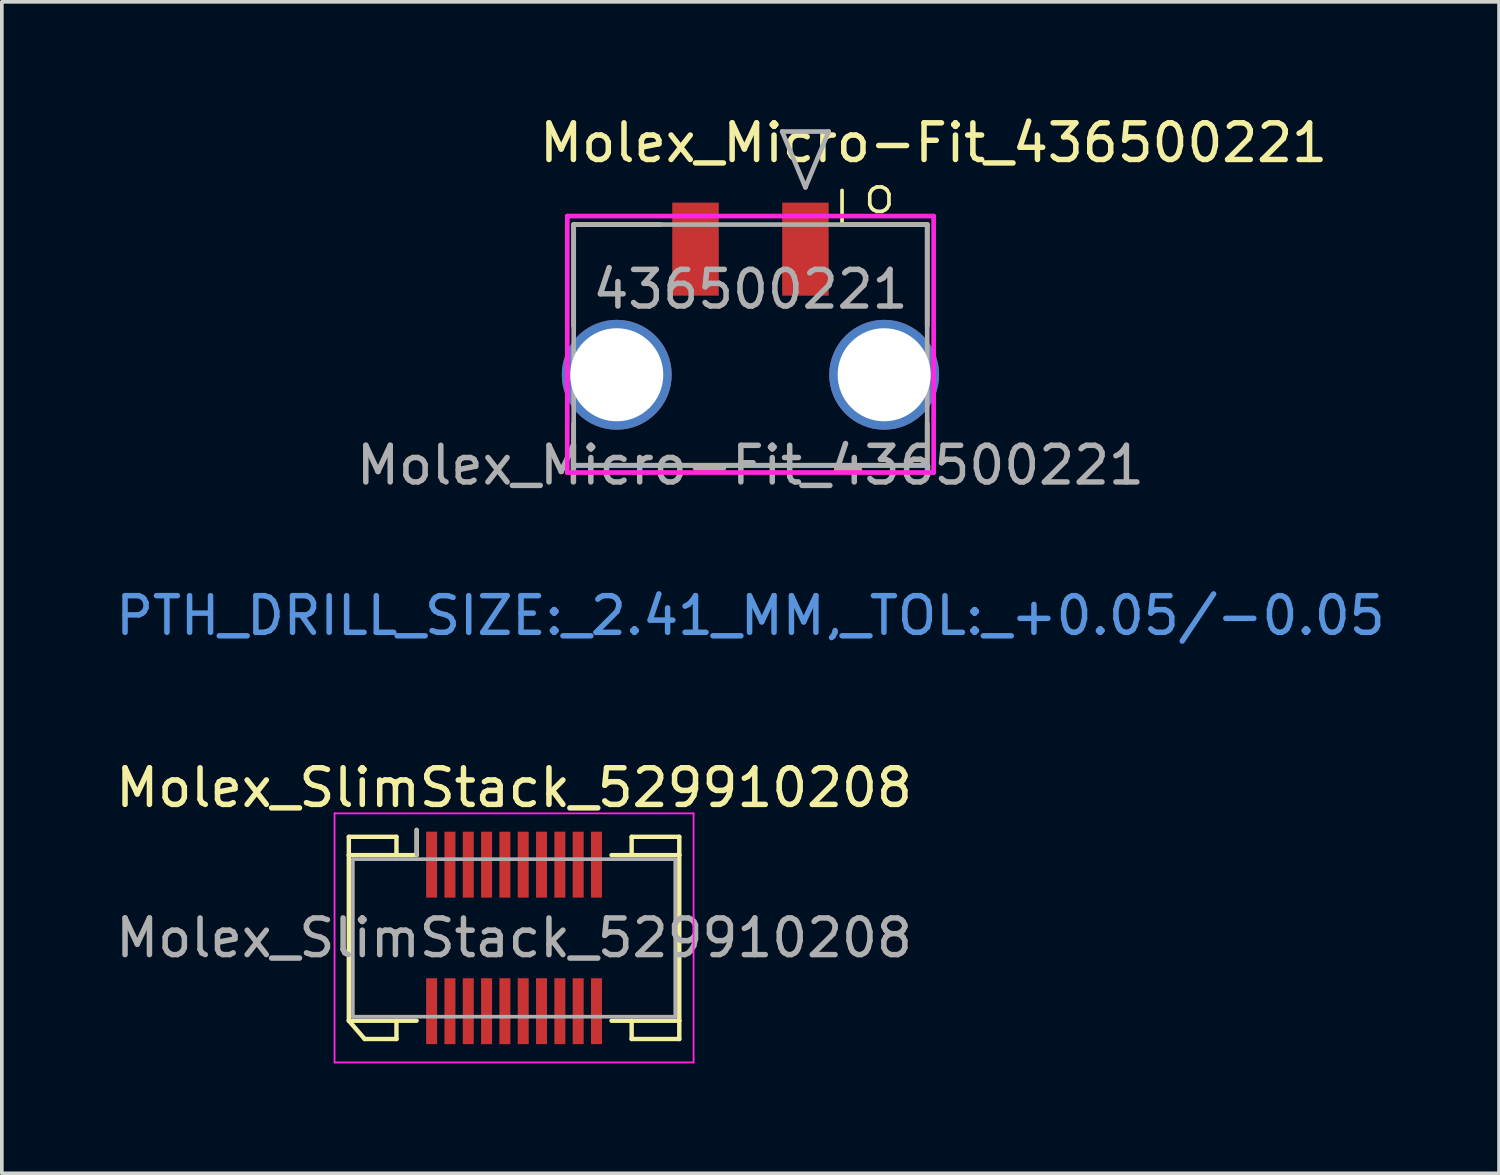
<source format=kicad_pcb>
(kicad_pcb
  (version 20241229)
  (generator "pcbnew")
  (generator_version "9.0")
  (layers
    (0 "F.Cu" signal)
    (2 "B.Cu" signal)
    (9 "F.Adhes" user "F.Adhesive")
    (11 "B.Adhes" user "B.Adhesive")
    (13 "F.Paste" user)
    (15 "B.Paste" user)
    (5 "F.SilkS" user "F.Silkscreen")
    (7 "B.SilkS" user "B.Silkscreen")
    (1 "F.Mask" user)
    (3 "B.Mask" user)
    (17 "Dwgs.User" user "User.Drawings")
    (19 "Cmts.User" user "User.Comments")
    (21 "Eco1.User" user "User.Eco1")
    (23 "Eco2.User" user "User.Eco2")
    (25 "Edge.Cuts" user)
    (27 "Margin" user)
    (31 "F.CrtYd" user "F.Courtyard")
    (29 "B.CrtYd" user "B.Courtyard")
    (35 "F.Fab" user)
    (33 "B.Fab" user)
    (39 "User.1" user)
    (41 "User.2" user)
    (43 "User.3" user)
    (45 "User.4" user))
  (footprint "Molex_Micro-Fit_436500221"
    (layer "F.Cu")
    (at 17.435 6.848)
    (property "Reference" "Molex_Micro-Fit_436500221" (at 5 -6 0) (unlocked yes) (layer "F.SilkS") (effects (font (size 1 1) (thickness 0.15))))
    (fp_line (start -4.825 -3.768) (end -4.825 -1.004) (stroke (width 0.127) (type solid)) (layer "F.SilkS"))
    (fp_line (start -4.825 1.668) (end -4.825 2.802) (stroke (width 0.127) (type solid)) (layer "F.SilkS"))
    (fp_line (start -4.825 2.802) (end 4.825 2.802) (stroke (width 0.127) (type solid)) (layer "F.SilkS"))
    (fp_line (start -2.455 -3.768) (end -4.825 -3.768) (stroke (width 0.127) (type solid)) (layer "F.SilkS"))
    (fp_line (start 2.5 -3.768) (end 2.5 -4.7) (stroke (width 0.1) (type default)) (layer "F.SilkS"))
    (fp_line (start 4.825 -3.768) (end 2.5 -3.768) (stroke (width 0.127) (type solid)) (layer "F.SilkS"))
    (fp_line (start 4.825 -1.004) (end 4.825 -3.768) (stroke (width 0.127) (type solid)) (layer "F.SilkS"))
    (fp_line (start 4.825 2.802) (end 4.825 1.668) (stroke (width 0.127) (type solid)) (layer "F.SilkS"))
    (fp_line (start -5 -4) (end -5 3) (stroke (width 0.127) (type solid)) (layer "F.CrtYd"))
    (fp_line (start -5 3) (end 5 3) (stroke (width 0.127) (type solid)) (layer "F.CrtYd"))
    (fp_line (start 5 -4) (end -5 -4) (stroke (width 0.127) (type solid)) (layer "F.CrtYd"))
    (fp_line (start 5 3) (end 5 -4) (stroke (width 0.127) (type solid)) (layer "F.CrtYd"))
    (fp_line (start -4.825 -3.768) (end -4.825 2.802) (stroke (width 0.127) (type solid)) (layer "F.Fab"))
    (fp_line (start -4.825 2.802) (end 4.825 2.802) (stroke (width 0.127) (type solid)) (layer "F.Fab"))
    (fp_line (start 0.865 -6.308) (end 1.5 -4.784) (stroke (width 0.127) (type solid)) (layer "F.Fab"))
    (fp_line (start 1.5 -4.784) (end 2.135 -6.308) (stroke (width 0.127) (type solid)) (layer "F.Fab"))
    (fp_line (start 2.135 -6.308) (end 0.865 -6.308) (stroke (width 0.127) (type solid)) (layer "F.Fab"))
    (fp_line (start 4.825 -3.768) (end -4.825 -3.768) (stroke (width 0.127) (type solid)) (layer "F.Fab"))
    (fp_line (start 4.825 2.802) (end 4.825 -3.768) (stroke (width 0.127) (type solid)) (layer "F.Fab"))
    (fp_text user "o" (at 3 -4 0) (unlocked yes) (layer "F.SilkS") (effects (font (size 1 1) (thickness 0.1)) (justify left bottom)))
    (fp_text user "PTH_DRILL_SIZE:_2.41_MM,_TOL:_+0.05/-0.05" (at 0 6.907 0) (unlocked yes) (layer "Cmts.User") (effects (font (size 1 1) (thickness 0.15))))
    (fp_text user "${REFERENCE}" (at 0.000002 2.802 0) (unlocked yes) (layer "F.Fab") (effects (font (size 1 1) (thickness 0.15))))
    (fp_text user "436500221" (at 0 -2 0) (unlocked yes) (layer "F.Fab") (effects (font (size 1 1) (thickness 0.15))))
    (pad "1" smd rect (at 1.5 -3.097) (size 1.27 2.54) (layers "F.Cu" "F.Mask" "F.Paste"))
    (pad "2" smd rect (at -1.5 -3.097) (size 1.27 2.54) (layers "F.Cu" "F.Mask" "F.Paste"))
    (pad "MP" thru_hole circle (at -3.65 0.332) (size 3 3) (drill 2.54) (layers "*.Cu" "*.Mask"))
    (pad "MP" thru_hole circle (at 3.65 0.332) (size 3 3) (drill 2.54) (layers "*.Cu" "*.Mask")))
  (footprint "Molex_SlimStack_529910208"
    (layer "F.Cu")
    (at 10.982 22.552)
    (property "Reference" "Molex_SlimStack_529910208" (at 0 -4.1 0) (layer "F.SilkS") (effects (font (size 1 1) (thickness 0.15))))
    (attr smd)
    (fp_line (start -4.51 -2.76) (end -3.21 -2.76) (stroke (width 0.12) (type solid)) (layer "F.SilkS"))
    (fp_line (start -4.51 -2.26) (end -4.51 -2.76) (stroke (width 0.12) (type solid)) (layer "F.SilkS"))
    (fp_line (start -4.51 -2.26) (end -2.66 -2.26) (stroke (width 0.12) (type solid)) (layer "F.SilkS"))
    (fp_line (start -4.51 2.26) (end -4.51 -2.26) (stroke (width 0.12) (type solid)) (layer "F.SilkS"))
    (fp_line (start -4.51 2.26) (end -4.077 2.76) (stroke (width 0.12) (type solid)) (layer "F.SilkS"))
    (fp_line (start -4.077 2.76) (end -3.21 2.76) (stroke (width 0.12) (type solid)) (layer "F.SilkS"))
    (fp_line (start -3.21 -2.76) (end -3.21 -2.26) (stroke (width 0.12) (type solid)) (layer "F.SilkS"))
    (fp_line (start -3.21 2.76) (end -3.21 2.26) (stroke (width 0.12) (type solid)) (layer "F.SilkS"))
    (fp_line (start -2.66 -2.26) (end -2.66 -2.95) (stroke (width 0.12) (type solid)) (layer "F.SilkS"))
    (fp_line (start -2.66 2.26) (end -4.51 2.26) (stroke (width 0.12) (type solid)) (layer "F.SilkS"))
    (fp_line (start 2.66 2.26) (end 4.51 2.26) (stroke (width 0.12) (type solid)) (layer "F.SilkS"))
    (fp_line (start 3.21 -2.76) (end 3.21 -2.26) (stroke (width 0.12) (type solid)) (layer "F.SilkS"))
    (fp_line (start 3.21 2.76) (end 3.21 2.26) (stroke (width 0.12) (type solid)) (layer "F.SilkS"))
    (fp_line (start 4.51 -2.76) (end 3.21 -2.76) (stroke (width 0.12) (type solid)) (layer "F.SilkS"))
    (fp_line (start 4.51 -2.26) (end 2.66 -2.26) (stroke (width 0.12) (type solid)) (layer "F.SilkS"))
    (fp_line (start 4.51 -2.26) (end 4.51 -2.76) (stroke (width 0.12) (type solid)) (layer "F.SilkS"))
    (fp_line (start 4.51 2.26) (end 4.51 -2.26) (stroke (width 0.12) (type solid)) (layer "F.SilkS"))
    (fp_line (start 4.51 2.26) (end 4.51 2.76) (stroke (width 0.12) (type solid)) (layer "F.SilkS"))
    (fp_line (start 4.51 2.76) (end 3.21 2.76) (stroke (width 0.12) (type solid)) (layer "F.SilkS"))
    (fp_line (start -4.9 -3.4) (end -4.9 3.4) (stroke (width 0.05) (type solid)) (layer "F.CrtYd"))
    (fp_line (start -4.9 3.4) (end 4.9 3.4) (stroke (width 0.05) (type solid)) (layer "F.CrtYd"))
    (fp_line (start 4.9 -3.4) (end -4.9 -3.4) (stroke (width 0.05) (type solid)) (layer "F.CrtYd"))
    (fp_line (start 4.9 3.4) (end 4.9 -3.4) (stroke (width 0.05) (type solid)) (layer "F.CrtYd"))
    (fp_line (start -4.4 -2.15) (end -4.4 2.15) (stroke (width 0.1) (type solid)) (layer "F.Fab"))
    (fp_line (start -4.4 2.15) (end 4.4 2.15) (stroke (width 0.1) (type solid)) (layer "F.Fab"))
    (fp_line (start -2.66 -2.26) (end -2.66 -2.95) (stroke (width 0.1) (type solid)) (layer "F.Fab"))
    (fp_line (start 4.4 -2.15) (end -4.4 -2.15) (stroke (width 0.1) (type solid)) (layer "F.Fab"))
    (fp_line (start 4.4 2.15) (end 4.4 -2.15) (stroke (width 0.1) (type solid)) (layer "F.Fab"))
    (fp_text user "${REFERENCE}" (at 0 0 0) (layer "F.Fab") (effects (font (size 1 1) (thickness 0.15))))
    (pad "1" smd rect (at -2.25 -2) (size 0.3 1.8) (layers "F.Cu" "F.Mask" "F.Paste"))
    (pad "2" smd rect (at -2.25 2) (size 0.3 1.8) (layers "F.Cu" "F.Mask" "F.Paste"))
    (pad "3" smd rect (at -1.75 -2) (size 0.3 1.8) (layers "F.Cu" "F.Mask" "F.Paste"))
    (pad "4" smd rect (at -1.75 2) (size 0.3 1.8) (layers "F.Cu" "F.Mask" "F.Paste"))
    (pad "5" smd rect (at -1.25 -2) (size 0.3 1.8) (layers "F.Cu" "F.Mask" "F.Paste"))
    (pad "6" smd rect (at -1.25 2) (size 0.3 1.8) (layers "F.Cu" "F.Mask" "F.Paste"))
    (pad "7" smd rect (at -0.75 -2) (size 0.3 1.8) (layers "F.Cu" "F.Mask" "F.Paste"))
    (pad "8" smd rect (at -0.75 2) (size 0.3 1.8) (layers "F.Cu" "F.Mask" "F.Paste"))
    (pad "9" smd rect (at -0.25 -2) (size 0.3 1.8) (layers "F.Cu" "F.Mask" "F.Paste"))
    (pad "10" smd rect (at -0.25 2) (size 0.3 1.8) (layers "F.Cu" "F.Mask" "F.Paste"))
    (pad "11" smd rect (at 0.25 -2) (size 0.3 1.8) (layers "F.Cu" "F.Mask" "F.Paste"))
    (pad "12" smd rect (at 0.25 2) (size 0.3 1.8) (layers "F.Cu" "F.Mask" "F.Paste"))
    (pad "13" smd rect (at 0.75 -2) (size 0.3 1.8) (layers "F.Cu" "F.Mask" "F.Paste"))
    (pad "14" smd rect (at 0.75 2) (size 0.3 1.8) (layers "F.Cu" "F.Mask" "F.Paste"))
    (pad "15" smd rect (at 1.25 -2) (size 0.3 1.8) (layers "F.Cu" "F.Mask" "F.Paste"))
    (pad "16" smd rect (at 1.25 2) (size 0.3 1.8) (layers "F.Cu" "F.Mask" "F.Paste"))
    (pad "17" smd rect (at 1.75 -2) (size 0.3 1.8) (layers "F.Cu" "F.Mask" "F.Paste"))
    (pad "18" smd rect (at 1.75 2) (size 0.3 1.8) (layers "F.Cu" "F.Mask" "F.Paste"))
    (pad "19" smd rect (at 2.25 -2) (size 0.3 1.8) (layers "F.Cu" "F.Mask" "F.Paste"))
    (pad "20" smd rect (at 2.25 2) (size 0.3 1.8) (layers "F.Cu" "F.Mask" "F.Paste")))
  (gr_rect
    (start -3 -3)
    (end 37.869 28.977)
    (stroke (width 0.1) (type default))
    (fill no)
    (layer "Edge.Cuts")))
</source>
